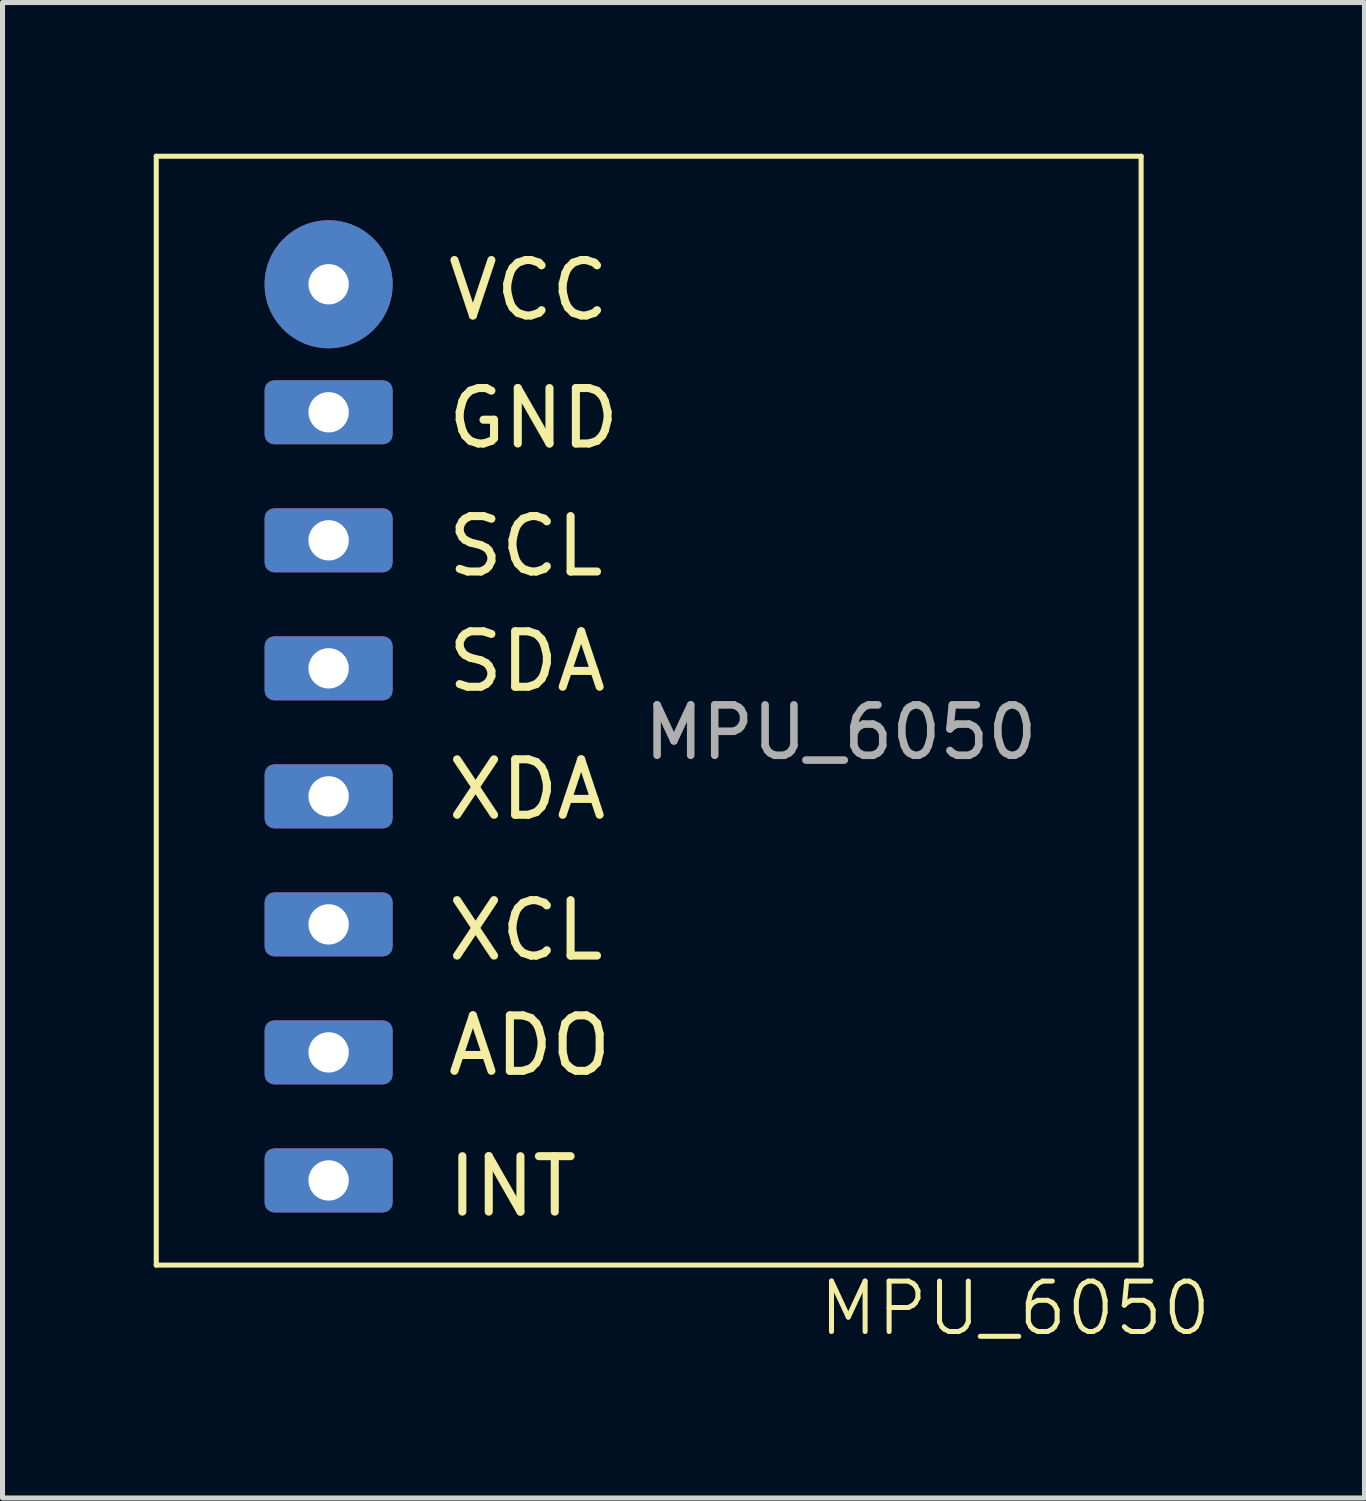
<source format=kicad_pcb>
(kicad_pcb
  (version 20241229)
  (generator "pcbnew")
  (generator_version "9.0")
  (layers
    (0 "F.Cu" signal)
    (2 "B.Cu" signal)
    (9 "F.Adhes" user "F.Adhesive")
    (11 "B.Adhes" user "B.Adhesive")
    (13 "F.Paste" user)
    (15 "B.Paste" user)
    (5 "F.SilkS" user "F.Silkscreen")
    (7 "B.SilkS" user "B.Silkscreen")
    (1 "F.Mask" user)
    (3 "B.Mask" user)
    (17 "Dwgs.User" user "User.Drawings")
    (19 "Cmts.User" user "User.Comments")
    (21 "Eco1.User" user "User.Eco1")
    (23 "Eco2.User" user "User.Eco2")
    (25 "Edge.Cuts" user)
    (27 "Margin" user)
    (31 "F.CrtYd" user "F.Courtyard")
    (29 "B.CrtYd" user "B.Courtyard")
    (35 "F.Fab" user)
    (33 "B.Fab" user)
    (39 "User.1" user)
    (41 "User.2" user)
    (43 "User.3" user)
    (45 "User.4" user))
  (footprint "MPU_6050"
    (layer "F.Cu")
    (at 11.09 12.75)
    (property "Reference" "MPU_6050" (at 6 10.16 0) (unlocked yes) (layer "F.SilkS") (effects (font (size 1 1) (thickness 0.1))))
    (attr through_hole)
    (fp_line (start -11.04 -12.7) (end 8.5 -12.7) (stroke (width 0.1) (type default)) (layer "F.SilkS"))
    (fp_line (start -11.04 9.3) (end -11.04 -12.7) (stroke (width 0.1) (type default)) (layer "F.SilkS"))
    (fp_line (start 8.5 -12.7) (end 8.5 9.3) (stroke (width 0.1) (type default)) (layer "F.SilkS"))
    (fp_line (start 8.5 9.3) (end -11.04 9.3) (stroke (width 0.1) (type default)) (layer "F.SilkS"))
    (fp_text user "SDA" (at -5.334 -2.032 0) (unlocked yes) (layer "F.SilkS") (effects (font (size 1.1 1.1) (thickness 0.16)) (justify left bottom)))
    (fp_text user "ADO" (at -5.334 5.588 0) (unlocked yes) (layer "F.SilkS") (effects (font (size 1.1 1.1) (thickness 0.16)) (justify left bottom)))
    (fp_text user "GND" (at -5.334 -6.858 0) (unlocked yes) (layer "F.SilkS") (effects (font (size 1.1 1.1) (thickness 0.16)) (justify left bottom)))
    (fp_text user "SCL" (at -5.334 -4.318 0) (unlocked yes) (layer "F.SilkS") (effects (font (size 1.1 1.1) (thickness 0.16)) (justify left bottom)))
    (fp_text user "XDA" (at -5.334 0.508 0) (unlocked yes) (layer "F.SilkS") (effects (font (size 1.1 1.1) (thickness 0.16)) (justify left bottom)))
    (fp_text user "VCC" (at -5.334 -9.398 0) (unlocked yes) (layer "F.SilkS") (effects (font (size 1.1 1.1) (thickness 0.16)) (justify left bottom)))
    (fp_text user "XCL" (at -5.334 3.302 0) (unlocked yes) (layer "F.SilkS") (effects (font (size 1.1 1.1) (thickness 0.16)) (justify left bottom)))
    (fp_text user "INT" (at -5.334 8.382 0) (unlocked yes) (layer "F.SilkS") (effects (font (size 1.1 1.1) (thickness 0.16)) (justify left bottom)))
    (fp_text user "${REFERENCE}" (at 2.54 -1.27 0) (unlocked yes) (layer "F.Fab") (effects (font (size 1 1) (thickness 0.15))))
    (pad "1" thru_hole circle (at -7.62 -10.16) (size 2.54 2.54) (drill 0.8) (layers "*.Cu" "*.Mask"))
    (pad "2" thru_hole roundrect (at -7.62 -7.62) (size 2.54 1.27) (drill 0.8) (layers "*.Cu" "*.Mask") (roundrect_rratio 0.15))
    (pad "3" thru_hole roundrect (at -7.62 -5.08) (size 2.54 1.27) (drill 0.8) (layers "*.Cu" "*.Mask") (roundrect_rratio 0.15))
    (pad "4" thru_hole roundrect (at -7.62 -2.54) (size 2.54 1.27) (drill 0.8) (layers "*.Cu" "*.Mask") (roundrect_rratio 0.15))
    (pad "5" thru_hole roundrect (at -7.62 0) (size 2.54 1.27) (drill 0.8) (layers "*.Cu" "*.Mask") (roundrect_rratio 0.15))
    (pad "6" thru_hole roundrect (at -7.62 2.54) (size 2.54 1.27) (drill 0.8) (layers "*.Cu" "*.Mask") (roundrect_rratio 0.15))
    (pad "7" thru_hole roundrect (at -7.62 5.08) (size 2.54 1.27) (drill 0.8) (layers "*.Cu" "*.Mask") (roundrect_rratio 0.15))
    (pad "8" thru_hole roundrect (at -7.62 7.62) (size 2.54 1.27) (drill 0.8) (layers "*.Cu" "*.Mask") (roundrect_rratio 0.15))
    (zone (net_name "") (layer "F.SilkS") (hatch edge 0.5) (connect_pads) (min_thickness 0.25) (filled_areas_thickness no) (keepout (tracks allowed) (vias allowed) (pads not_allowed) (copperpour allowed) (footprints not_allowed)) (placement (enabled no)) (fill) (polygon (pts (xy 0.05 0.05) (xy 19.59 0.05) (xy 19.59 22.05) (xy 0.05 22.05)))))
  (gr_rect
    (start -3 -3)
    (end 24.021 26.671)
    (stroke (width 0.1) (type default))
    (fill no)
    (layer "Edge.Cuts")))
</source>
